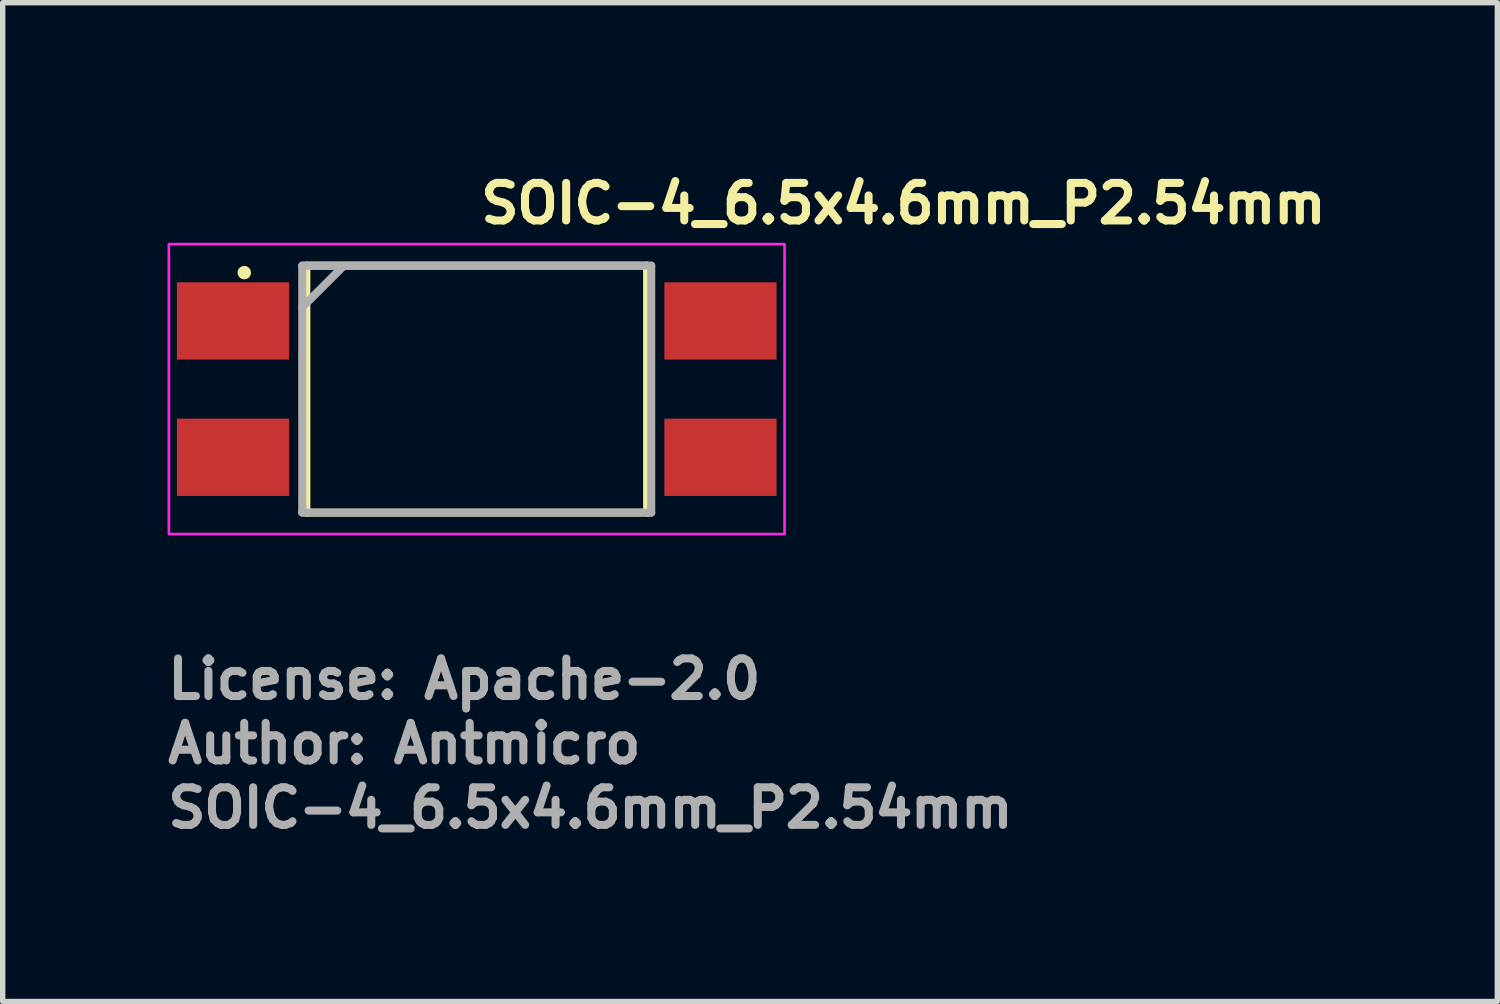
<source format=kicad_pcb>
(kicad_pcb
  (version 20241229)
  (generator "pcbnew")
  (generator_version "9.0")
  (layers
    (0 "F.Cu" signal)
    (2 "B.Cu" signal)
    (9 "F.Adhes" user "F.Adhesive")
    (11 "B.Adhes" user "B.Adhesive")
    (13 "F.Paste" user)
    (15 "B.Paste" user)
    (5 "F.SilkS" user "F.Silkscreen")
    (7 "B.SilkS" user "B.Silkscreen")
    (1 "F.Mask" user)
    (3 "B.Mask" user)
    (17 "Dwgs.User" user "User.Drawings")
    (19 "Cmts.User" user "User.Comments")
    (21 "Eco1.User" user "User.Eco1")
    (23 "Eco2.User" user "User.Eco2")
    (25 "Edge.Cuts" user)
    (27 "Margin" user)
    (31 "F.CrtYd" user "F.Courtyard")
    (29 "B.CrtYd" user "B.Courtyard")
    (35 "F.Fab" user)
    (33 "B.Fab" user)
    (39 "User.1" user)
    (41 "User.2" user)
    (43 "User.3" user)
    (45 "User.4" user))
  (footprint "SOIC-4_6.5x4.6mm_P2.54mm"
    (layer "F.Cu")
    (at 5.83 4.198)
    (property "Reference" "SOIC-4_6.5x4.6mm_P2.54mm" (at 0 -3.048 0) (unlocked yes) (layer "F.SilkS") (effects (font (size 0.7 0.7) (thickness 0.15)) (justify left bottom)))
    (attr smd)
    (fp_line (start -3.174 2.3) (end -3.174 -2.3) (stroke (width 0.15) (type solid)) (layer "F.SilkS"))
    (fp_line (start 3.173 -2.3) (end -3.171 -2.3) (stroke (width 0.15) (type solid)) (layer "F.SilkS"))
    (fp_line (start 3.173 2.3) (end -3.172 2.3) (stroke (width 0.15) (type solid)) (layer "F.SilkS"))
    (fp_line (start 3.174 2.3) (end 3.174 -2.3) (stroke (width 0.15) (type solid)) (layer "F.SilkS"))
    (fp_circle (center -4.33 -2.17) (end -4.28 -2.17) (stroke (width 0.15) (type solid)) (fill yes) (layer "F.SilkS"))
    (fp_rect (start -5.734 -2.7) (end 5.734 2.7) (stroke (width 0.05) (type solid)) (fill no) (layer "F.CrtYd"))
    (fp_line (start -3.25 2.3) (end -3.25 -2.3) (stroke (width 0.15) (type solid)) (layer "F.Fab"))
    (fp_line (start -2.489 -2.286) (end -3.251 -1.524) (stroke (width 0.15) (type solid)) (layer "F.Fab"))
    (fp_line (start 3.25 -2.3) (end -3.25 -2.3) (stroke (width 0.15) (type solid)) (layer "F.Fab"))
    (fp_line (start 3.25 2.3) (end -3.25 2.3) (stroke (width 0.15) (type solid)) (layer "F.Fab"))
    (fp_line (start 3.25 2.3) (end 3.25 -2.3) (stroke (width 0.15) (type solid)) (layer "F.Fab"))
    (fp_rect (start -5.08 -2.3) (end 5.08 2.3) (stroke (width 0.1) (type solid)) (fill no) (layer "User.5"))
    (fp_line (start -5.08 -1.02) (end -5.08 -1.52) (stroke (width 0.02) (type solid)) (layer "User.9"))
    (fp_line (start -5.08 -1.02) (end -4.765 -0.645) (stroke (width 0.02) (type solid)) (layer "User.9"))
    (fp_line (start -5.08 1.02) (end -5.08 1.52) (stroke (width 0.02) (type solid)) (layer "User.9"))
    (fp_line (start -5.08 1.02) (end -4.765 0.645) (stroke (width 0.02) (type solid)) (layer "User.9"))
    (fp_line (start -4.765 -1.895) (end -5.08 -1.52) (stroke (width 0.02) (type solid)) (layer "User.9"))
    (fp_line (start -4.765 1.895) (end -5.08 1.52) (stroke (width 0.02) (type solid)) (layer "User.9"))
    (fp_line (start -4.419 -1.895) (end -4.765 -1.895) (stroke (width 0.02) (type solid)) (layer "User.9"))
    (fp_line (start -4.419 -0.645) (end -4.765 -0.645) (stroke (width 0.02) (type solid)) (layer "User.9"))
    (fp_line (start -4.419 0.645) (end -4.765 0.645) (stroke (width 0.02) (type solid)) (layer "User.9"))
    (fp_line (start -4.419 1.895) (end -4.765 1.895) (stroke (width 0.02) (type solid)) (layer "User.9"))
    (fp_line (start -4.18 -1.895) (end -4.419 -1.895) (stroke (width 0.02) (type solid)) (layer "User.9"))
    (fp_line (start -4.18 -0.645) (end -4.419 -0.645) (stroke (width 0.02) (type solid)) (layer "User.9"))
    (fp_line (start -4.18 0.645) (end -4.419 0.645) (stroke (width 0.02) (type solid)) (layer "User.9"))
    (fp_line (start -4.18 1.895) (end -4.419 1.895) (stroke (width 0.02) (type solid)) (layer "User.9"))
    (fp_line (start -4.159 -1.895) (end -4.18 -1.895) (stroke (width 0.02) (type solid)) (layer "User.9"))
    (fp_line (start -4.159 -1.895) (end -4.159 -1.52) (stroke (width 0.02) (type solid)) (layer "User.9"))
    (fp_line (start -4.159 -1.895) (end -3.899 -1.895) (stroke (width 0.02) (type solid)) (layer "User.9"))
    (fp_line (start -4.159 -1.52) (end -4.139 -1.52) (stroke (width 0.02) (type solid)) (layer "User.9"))
    (fp_line (start -4.159 1.52) (end -4.139 1.52) (stroke (width 0.02) (type solid)) (layer "User.9"))
    (fp_line (start -4.159 1.895) (end -4.18 1.895) (stroke (width 0.02) (type solid)) (layer "User.9"))
    (fp_line (start -4.159 1.895) (end -4.159 1.52) (stroke (width 0.02) (type solid)) (layer "User.9"))
    (fp_line (start -4.159 1.895) (end -3.899 1.895) (stroke (width 0.02) (type solid)) (layer "User.9"))
    (fp_line (start -4.139 -0.645) (end -4.18 -0.645) (stroke (width 0.02) (type solid)) (layer "User.9"))
    (fp_line (start -4.139 0.645) (end -4.18 0.645) (stroke (width 0.02) (type solid)) (layer "User.9"))
    (fp_line (start -3.984 -1.52) (end -4.139 -1.52) (stroke (width 0.02) (type solid)) (layer "User.9"))
    (fp_line (start -3.984 -1.52) (end -3.984 -1.52) (stroke (width 0.02) (type solid)) (layer "User.9"))
    (fp_line (start -3.984 -0.645) (end -4.139 -0.645) (stroke (width 0.02) (type solid)) (layer "User.9"))
    (fp_line (start -3.984 -0.645) (end -3.984 -0.645) (stroke (width 0.02) (type solid)) (layer "User.9"))
    (fp_line (start -3.984 0.645) (end -4.139 0.645) (stroke (width 0.02) (type solid)) (layer "User.9"))
    (fp_line (start -3.984 0.645) (end -3.984 0.645) (stroke (width 0.02) (type solid)) (layer "User.9"))
    (fp_line (start -3.984 1.52) (end -4.139 1.52) (stroke (width 0.02) (type solid)) (layer "User.9"))
    (fp_line (start -3.984 1.52) (end -3.984 1.52) (stroke (width 0.02) (type solid)) (layer "User.9"))
    (fp_line (start -3.899 -1.895) (end -3.899 -1.52) (stroke (width 0.02) (type solid)) (layer "User.9"))
    (fp_line (start -3.899 1.895) (end -3.899 1.52) (stroke (width 0.02) (type solid)) (layer "User.9"))
    (fp_line (start -3.64 -1.52) (end -3.984 -1.52) (stroke (width 0.02) (type solid)) (layer "User.9"))
    (fp_line (start -3.64 -0.645) (end -3.984 -0.645) (stroke (width 0.02) (type solid)) (layer "User.9"))
    (fp_line (start -3.64 0.645) (end -3.984 0.645) (stroke (width 0.02) (type solid)) (layer "User.9"))
    (fp_line (start -3.64 1.52) (end -3.984 1.52) (stroke (width 0.02) (type solid)) (layer "User.9"))
    (fp_line (start -3.25 -2.3) (end -3.25 -1.52) (stroke (width 0.02) (type solid)) (layer "User.9"))
    (fp_line (start -3.25 -0.645) (end -3.25 0.645) (stroke (width 0.02) (type solid)) (layer "User.9"))
    (fp_line (start -3.25 1.52) (end -3.25 2.3) (stroke (width 0.02) (type solid)) (layer "User.9"))
    (fp_line (start -3.25 2.3) (end 3.25 2.3) (stroke (width 0.02) (type solid)) (layer "User.9"))
    (fp_line (start -3.239 -1.52) (end -3.64 -1.52) (stroke (width 0.02) (type solid)) (layer "User.9"))
    (fp_line (start -3.239 -0.645) (end -3.64 -0.645) (stroke (width 0.02) (type solid)) (layer "User.9"))
    (fp_line (start -3.239 -0.645) (end -3.239 -1.52) (stroke (width 0.02) (type solid)) (layer "User.9"))
    (fp_line (start -3.239 0.645) (end -3.64 0.645) (stroke (width 0.02) (type solid)) (layer "User.9"))
    (fp_line (start -3.239 0.645) (end -3.239 1.52) (stroke (width 0.02) (type solid)) (layer "User.9"))
    (fp_line (start -3.239 1.52) (end -3.64 1.52) (stroke (width 0.02) (type solid)) (layer "User.9"))
    (fp_line (start -3.053 -2.103) (end -3.25 -2.3) (stroke (width 0.02) (type solid)) (layer "User.9"))
    (fp_line (start -3.053 -2.103) (end -3.053 2.103) (stroke (width 0.02) (type solid)) (layer "User.9"))
    (fp_line (start -3.053 2.103) (end -3.25 2.3) (stroke (width 0.02) (type solid)) (layer "User.9"))
    (fp_line (start -3.053 2.103) (end 3.053 2.103) (stroke (width 0.02) (type solid)) (layer "User.9"))
    (fp_line (start -2.65 -1.4) (end -2.65 -1.4) (stroke (width 0.02) (type solid)) (layer "User.9"))
    (fp_line (start -2.65 -1.4) (end -2.65 -1.4) (stroke (width 0.02) (type solid)) (layer "User.9"))
    (fp_line (start -2.65 -1.4) (end -2.649 -1.379) (stroke (width 0.02) (type solid)) (layer "User.9"))
    (fp_line (start -2.65 -1.4) (end -2.649 -1.379) (stroke (width 0.02) (type solid)) (layer "User.9"))
    (fp_line (start -2.649 -1.421) (end -2.65 -1.4) (stroke (width 0.02) (type solid)) (layer "User.9"))
    (fp_line (start -2.649 -1.421) (end -2.65 -1.4) (stroke (width 0.02) (type solid)) (layer "User.9"))
    (fp_line (start -2.649 -1.379) (end -2.648 -1.359) (stroke (width 0.02) (type solid)) (layer "User.9"))
    (fp_line (start -2.649 -1.379) (end -2.648 -1.359) (stroke (width 0.02) (type solid)) (layer "User.9"))
    (fp_line (start -2.648 -1.441) (end -2.649 -1.421) (stroke (width 0.02) (type solid)) (layer "User.9"))
    (fp_line (start -2.648 -1.441) (end -2.649 -1.421) (stroke (width 0.02) (type solid)) (layer "User.9"))
    (fp_line (start -2.648 -1.359) (end -2.645 -1.339) (stroke (width 0.02) (type solid)) (layer "User.9"))
    (fp_line (start -2.648 -1.359) (end -2.645 -1.339) (stroke (width 0.02) (type solid)) (layer "User.9"))
    (fp_line (start -2.645 -1.461) (end -2.648 -1.441) (stroke (width 0.02) (type solid)) (layer "User.9"))
    (fp_line (start -2.645 -1.461) (end -2.648 -1.441) (stroke (width 0.02) (type solid)) (layer "User.9"))
    (fp_line (start -2.645 -1.339) (end -2.642 -1.319) (stroke (width 0.02) (type solid)) (layer "User.9"))
    (fp_line (start -2.645 -1.339) (end -2.642 -1.319) (stroke (width 0.02) (type solid)) (layer "User.9"))
    (fp_line (start -2.642 -1.481) (end -2.645 -1.461) (stroke (width 0.02) (type solid)) (layer "User.9"))
    (fp_line (start -2.642 -1.481) (end -2.645 -1.461) (stroke (width 0.02) (type solid)) (layer "User.9"))
    (fp_line (start -2.642 -1.319) (end -2.637 -1.3) (stroke (width 0.02) (type solid)) (layer "User.9"))
    (fp_line (start -2.642 -1.319) (end -2.637 -1.3) (stroke (width 0.02) (type solid)) (layer "User.9"))
    (fp_line (start -2.637 -1.5) (end -2.642 -1.481) (stroke (width 0.02) (type solid)) (layer "User.9"))
    (fp_line (start -2.637 -1.5) (end -2.642 -1.481) (stroke (width 0.02) (type solid)) (layer "User.9"))
    (fp_line (start -2.637 -1.3) (end -2.632 -1.281) (stroke (width 0.02) (type solid)) (layer "User.9"))
    (fp_line (start -2.637 -1.3) (end -2.632 -1.281) (stroke (width 0.02) (type solid)) (layer "User.9"))
    (fp_line (start -2.632 -1.519) (end -2.637 -1.5) (stroke (width 0.02) (type solid)) (layer "User.9"))
    (fp_line (start -2.632 -1.519) (end -2.637 -1.5) (stroke (width 0.02) (type solid)) (layer "User.9"))
    (fp_line (start -2.632 -1.281) (end -2.626 -1.262) (stroke (width 0.02) (type solid)) (layer "User.9"))
    (fp_line (start -2.632 -1.281) (end -2.626 -1.262) (stroke (width 0.02) (type solid)) (layer "User.9"))
    (fp_line (start -2.626 -1.537) (end -2.632 -1.519) (stroke (width 0.02) (type solid)) (layer "User.9"))
    (fp_line (start -2.626 -1.537) (end -2.632 -1.519) (stroke (width 0.02) (type solid)) (layer "User.9"))
    (fp_line (start -2.626 -1.262) (end -2.618 -1.244) (stroke (width 0.02) (type solid)) (layer "User.9"))
    (fp_line (start -2.626 -1.262) (end -2.618 -1.244) (stroke (width 0.02) (type solid)) (layer "User.9"))
    (fp_line (start -2.618 -1.556) (end -2.626 -1.537) (stroke (width 0.02) (type solid)) (layer "User.9"))
    (fp_line (start -2.618 -1.556) (end -2.626 -1.537) (stroke (width 0.02) (type solid)) (layer "User.9"))
    (fp_line (start -2.618 -1.244) (end -2.61 -1.227) (stroke (width 0.02) (type solid)) (layer "User.9"))
    (fp_line (start -2.618 -1.244) (end -2.61 -1.227) (stroke (width 0.02) (type solid)) (layer "User.9"))
    (fp_line (start -2.61 -1.573) (end -2.618 -1.556) (stroke (width 0.02) (type solid)) (layer "User.9"))
    (fp_line (start -2.61 -1.573) (end -2.618 -1.556) (stroke (width 0.02) (type solid)) (layer "User.9"))
    (fp_line (start -2.61 -1.227) (end -2.602 -1.209) (stroke (width 0.02) (type solid)) (layer "User.9"))
    (fp_line (start -2.61 -1.227) (end -2.602 -1.209) (stroke (width 0.02) (type solid)) (layer "User.9"))
    (fp_line (start -2.602 -1.591) (end -2.61 -1.573) (stroke (width 0.02) (type solid)) (layer "User.9"))
    (fp_line (start -2.602 -1.591) (end -2.61 -1.573) (stroke (width 0.02) (type solid)) (layer "User.9"))
    (fp_line (start -2.602 -1.209) (end -2.592 -1.193) (stroke (width 0.02) (type solid)) (layer "User.9"))
    (fp_line (start -2.602 -1.209) (end -2.592 -1.193) (stroke (width 0.02) (type solid)) (layer "User.9"))
    (fp_line (start -2.592 -1.607) (end -2.602 -1.591) (stroke (width 0.02) (type solid)) (layer "User.9"))
    (fp_line (start -2.592 -1.607) (end -2.602 -1.591) (stroke (width 0.02) (type solid)) (layer "User.9"))
    (fp_line (start -2.592 -1.193) (end -2.582 -1.176) (stroke (width 0.02) (type solid)) (layer "User.9"))
    (fp_line (start -2.592 -1.193) (end -2.582 -1.176) (stroke (width 0.02) (type solid)) (layer "User.9"))
    (fp_line (start -2.582 -1.624) (end -2.592 -1.607) (stroke (width 0.02) (type solid)) (layer "User.9"))
    (fp_line (start -2.582 -1.624) (end -2.592 -1.607) (stroke (width 0.02) (type solid)) (layer "User.9"))
    (fp_line (start -2.582 -1.176) (end -2.57 -1.161) (stroke (width 0.02) (type solid)) (layer "User.9"))
    (fp_line (start -2.582 -1.176) (end -2.57 -1.161) (stroke (width 0.02) (type solid)) (layer "User.9"))
    (fp_line (start -2.57 -1.639) (end -2.582 -1.624) (stroke (width 0.02) (type solid)) (layer "User.9"))
    (fp_line (start -2.57 -1.639) (end -2.582 -1.624) (stroke (width 0.02) (type solid)) (layer "User.9"))
    (fp_line (start -2.57 -1.161) (end -2.559 -1.146) (stroke (width 0.02) (type solid)) (layer "User.9"))
    (fp_line (start -2.57 -1.161) (end -2.559 -1.146) (stroke (width 0.02) (type solid)) (layer "User.9"))
    (fp_line (start -2.559 -1.654) (end -2.57 -1.639) (stroke (width 0.02) (type solid)) (layer "User.9"))
    (fp_line (start -2.559 -1.654) (end -2.57 -1.639) (stroke (width 0.02) (type solid)) (layer "User.9"))
    (fp_line (start -2.559 -1.146) (end -2.546 -1.131) (stroke (width 0.02) (type solid)) (layer "User.9"))
    (fp_line (start -2.559 -1.146) (end -2.546 -1.131) (stroke (width 0.02) (type solid)) (layer "User.9"))
    (fp_line (start -2.546 -1.669) (end -2.559 -1.654) (stroke (width 0.02) (type solid)) (layer "User.9"))
    (fp_line (start -2.546 -1.669) (end -2.559 -1.654) (stroke (width 0.02) (type solid)) (layer "User.9"))
    (fp_line (start -2.546 -1.131) (end -2.533 -1.117) (stroke (width 0.02) (type solid)) (layer "User.9"))
    (fp_line (start -2.546 -1.131) (end -2.533 -1.117) (stroke (width 0.02) (type solid)) (layer "User.9"))
    (fp_line (start -2.533 -1.683) (end -2.546 -1.669) (stroke (width 0.02) (type solid)) (layer "User.9"))
    (fp_line (start -2.533 -1.683) (end -2.546 -1.669) (stroke (width 0.02) (type solid)) (layer "User.9"))
    (fp_line (start -2.533 -1.117) (end -2.519 -1.104) (stroke (width 0.02) (type solid)) (layer "User.9"))
    (fp_line (start -2.533 -1.117) (end -2.519 -1.104) (stroke (width 0.02) (type solid)) (layer "User.9"))
    (fp_line (start -2.519 -1.696) (end -2.533 -1.683) (stroke (width 0.02) (type solid)) (layer "User.9"))
    (fp_line (start -2.519 -1.696) (end -2.533 -1.683) (stroke (width 0.02) (type solid)) (layer "User.9"))
    (fp_line (start -2.519 -1.104) (end -2.504 -1.091) (stroke (width 0.02) (type solid)) (layer "User.9"))
    (fp_line (start -2.519 -1.104) (end -2.504 -1.091) (stroke (width 0.02) (type solid)) (layer "User.9"))
    (fp_line (start -2.504 -1.709) (end -2.519 -1.696) (stroke (width 0.02) (type solid)) (layer "User.9"))
    (fp_line (start -2.504 -1.709) (end -2.519 -1.696) (stroke (width 0.02) (type solid)) (layer "User.9"))
    (fp_line (start -2.504 -1.091) (end -2.489 -1.08) (stroke (width 0.02) (type solid)) (layer "User.9"))
    (fp_line (start -2.504 -1.091) (end -2.489 -1.08) (stroke (width 0.02) (type solid)) (layer "User.9"))
    (fp_line (start -2.489 -1.72) (end -2.504 -1.709) (stroke (width 0.02) (type solid)) (layer "User.9"))
    (fp_line (start -2.489 -1.72) (end -2.504 -1.709) (stroke (width 0.02) (type solid)) (layer "User.9"))
    (fp_line (start -2.489 -1.08) (end -2.474 -1.068) (stroke (width 0.02) (type solid)) (layer "User.9"))
    (fp_line (start -2.489 -1.08) (end -2.474 -1.068) (stroke (width 0.02) (type solid)) (layer "User.9"))
    (fp_line (start -2.474 -1.732) (end -2.489 -1.72) (stroke (width 0.02) (type solid)) (layer "User.9"))
    (fp_line (start -2.474 -1.732) (end -2.489 -1.72) (stroke (width 0.02) (type solid)) (layer "User.9"))
    (fp_line (start -2.474 -1.068) (end -2.457 -1.058) (stroke (width 0.02) (type solid)) (layer "User.9"))
    (fp_line (start -2.474 -1.068) (end -2.457 -1.058) (stroke (width 0.02) (type solid)) (layer "User.9"))
    (fp_line (start -2.457 -1.742) (end -2.474 -1.732) (stroke (width 0.02) (type solid)) (layer "User.9"))
    (fp_line (start -2.457 -1.742) (end -2.474 -1.732) (stroke (width 0.02) (type solid)) (layer "User.9"))
    (fp_line (start -2.457 -1.058) (end -2.441 -1.048) (stroke (width 0.02) (type solid)) (layer "User.9"))
    (fp_line (start -2.457 -1.058) (end -2.441 -1.048) (stroke (width 0.02) (type solid)) (layer "User.9"))
    (fp_line (start -2.441 -1.752) (end -2.457 -1.742) (stroke (width 0.02) (type solid)) (layer "User.9"))
    (fp_line (start -2.441 -1.752) (end -2.457 -1.742) (stroke (width 0.02) (type solid)) (layer "User.9"))
    (fp_line (start -2.441 -1.048) (end -2.423 -1.039) (stroke (width 0.02) (type solid)) (layer "User.9"))
    (fp_line (start -2.441 -1.048) (end -2.423 -1.039) (stroke (width 0.02) (type solid)) (layer "User.9"))
    (fp_line (start -2.423 -1.761) (end -2.441 -1.752) (stroke (width 0.02) (type solid)) (layer "User.9"))
    (fp_line (start -2.423 -1.761) (end -2.441 -1.752) (stroke (width 0.02) (type solid)) (layer "User.9"))
    (fp_line (start -2.423 -1.039) (end -2.406 -1.031) (stroke (width 0.02) (type solid)) (layer "User.9"))
    (fp_line (start -2.423 -1.039) (end -2.406 -1.031) (stroke (width 0.02) (type solid)) (layer "User.9"))
    (fp_line (start -2.406 -1.769) (end -2.423 -1.761) (stroke (width 0.02) (type solid)) (layer "User.9"))
    (fp_line (start -2.406 -1.769) (end -2.423 -1.761) (stroke (width 0.02) (type solid)) (layer "User.9"))
    (fp_line (start -2.406 -1.031) (end -2.387 -1.024) (stroke (width 0.02) (type solid)) (layer "User.9"))
    (fp_line (start -2.406 -1.031) (end -2.387 -1.024) (stroke (width 0.02) (type solid)) (layer "User.9"))
    (fp_line (start -2.387 -1.776) (end -2.406 -1.769) (stroke (width 0.02) (type solid)) (layer "User.9"))
    (fp_line (start -2.387 -1.776) (end -2.406 -1.769) (stroke (width 0.02) (type solid)) (layer "User.9"))
    (fp_line (start -2.387 -1.024) (end -2.369 -1.018) (stroke (width 0.02) (type solid)) (layer "User.9"))
    (fp_line (start -2.387 -1.024) (end -2.369 -1.018) (stroke (width 0.02) (type solid)) (layer "User.9"))
    (fp_line (start -2.369 -1.782) (end -2.387 -1.776) (stroke (width 0.02) (type solid)) (layer "User.9"))
    (fp_line (start -2.369 -1.782) (end -2.387 -1.776) (stroke (width 0.02) (type solid)) (layer "User.9"))
    (fp_line (start -2.369 -1.018) (end -2.35 -1.013) (stroke (width 0.02) (type solid)) (layer "User.9"))
    (fp_line (start -2.369 -1.018) (end -2.35 -1.013) (stroke (width 0.02) (type solid)) (layer "User.9"))
    (fp_line (start -2.35 -1.787) (end -2.369 -1.782) (stroke (width 0.02) (type solid)) (layer "User.9"))
    (fp_line (start -2.35 -1.787) (end -2.369 -1.782) (stroke (width 0.02) (type solid)) (layer "User.9"))
    (fp_line (start -2.35 -1.013) (end -2.331 -1.008) (stroke (width 0.02) (type solid)) (layer "User.9"))
    (fp_line (start -2.35 -1.013) (end -2.331 -1.008) (stroke (width 0.02) (type solid)) (layer "User.9"))
    (fp_line (start -2.331 -1.792) (end -2.35 -1.787) (stroke (width 0.02) (type solid)) (layer "User.9"))
    (fp_line (start -2.331 -1.792) (end -2.35 -1.787) (stroke (width 0.02) (type solid)) (layer "User.9"))
    (fp_line (start -2.331 -1.008) (end -2.311 -1.005) (stroke (width 0.02) (type solid)) (layer "User.9"))
    (fp_line (start -2.331 -1.008) (end -2.311 -1.005) (stroke (width 0.02) (type solid)) (layer "User.9"))
    (fp_line (start -2.311 -1.795) (end -2.331 -1.792) (stroke (width 0.02) (type solid)) (layer "User.9"))
    (fp_line (start -2.311 -1.795) (end -2.331 -1.792) (stroke (width 0.02) (type solid)) (layer "User.9"))
    (fp_line (start -2.311 -1.005) (end -2.291 -1.002) (stroke (width 0.02) (type solid)) (layer "User.9"))
    (fp_line (start -2.311 -1.005) (end -2.291 -1.002) (stroke (width 0.02) (type solid)) (layer "User.9"))
    (fp_line (start -2.291 -1.798) (end -2.311 -1.795) (stroke (width 0.02) (type solid)) (layer "User.9"))
    (fp_line (start -2.291 -1.798) (end -2.311 -1.795) (stroke (width 0.02) (type solid)) (layer "User.9"))
    (fp_line (start -2.291 -1.002) (end -2.271 -1.001) (stroke (width 0.02) (type solid)) (layer "User.9"))
    (fp_line (start -2.291 -1.002) (end -2.271 -1.001) (stroke (width 0.02) (type solid)) (layer "User.9"))
    (fp_line (start -2.271 -1.799) (end -2.291 -1.798) (stroke (width 0.02) (type solid)) (layer "User.9"))
    (fp_line (start -2.271 -1.799) (end -2.291 -1.798) (stroke (width 0.02) (type solid)) (layer "User.9"))
    (fp_line (start -2.271 -1.001) (end -2.25 -1) (stroke (width 0.02) (type solid)) (layer "User.9"))
    (fp_line (start -2.271 -1.001) (end -2.25 -1) (stroke (width 0.02) (type solid)) (layer "User.9"))
    (fp_line (start -2.25 -1.8) (end -2.271 -1.799) (stroke (width 0.02) (type solid)) (layer "User.9"))
    (fp_line (start -2.25 -1.8) (end -2.271 -1.799) (stroke (width 0.02) (type solid)) (layer "User.9"))
    (fp_line (start -2.25 -1) (end -2.229 -1.001) (stroke (width 0.02) (type solid)) (layer "User.9"))
    (fp_line (start -2.25 -1) (end -2.229 -1.001) (stroke (width 0.02) (type solid)) (layer "User.9"))
    (fp_line (start -2.229 -1.799) (end -2.25 -1.8) (stroke (width 0.02) (type solid)) (layer "User.9"))
    (fp_line (start -2.229 -1.799) (end -2.25 -1.8) (stroke (width 0.02) (type solid)) (layer "User.9"))
    (fp_line (start -2.229 -1.001) (end -2.209 -1.002) (stroke (width 0.02) (type solid)) (layer "User.9"))
    (fp_line (start -2.229 -1.001) (end -2.209 -1.002) (stroke (width 0.02) (type solid)) (layer "User.9"))
    (fp_line (start -2.209 -1.798) (end -2.229 -1.799) (stroke (width 0.02) (type solid)) (layer "User.9"))
    (fp_line (start -2.209 -1.798) (end -2.229 -1.799) (stroke (width 0.02) (type solid)) (layer "User.9"))
    (fp_line (start -2.209 -1.002) (end -2.189 -1.005) (stroke (width 0.02) (type solid)) (layer "User.9"))
    (fp_line (start -2.209 -1.002) (end -2.189 -1.005) (stroke (width 0.02) (type solid)) (layer "User.9"))
    (fp_line (start -2.189 -1.795) (end -2.209 -1.798) (stroke (width 0.02) (type solid)) (layer "User.9"))
    (fp_line (start -2.189 -1.795) (end -2.209 -1.798) (stroke (width 0.02) (type solid)) (layer "User.9"))
    (fp_line (start -2.189 -1.005) (end -2.169 -1.008) (stroke (width 0.02) (type solid)) (layer "User.9"))
    (fp_line (start -2.189 -1.005) (end -2.169 -1.008) (stroke (width 0.02) (type solid)) (layer "User.9"))
    (fp_line (start -2.169 -1.792) (end -2.189 -1.795) (stroke (width 0.02) (type solid)) (layer "User.9"))
    (fp_line (start -2.169 -1.792) (end -2.189 -1.795) (stroke (width 0.02) (type solid)) (layer "User.9"))
    (fp_line (start -2.169 -1.008) (end -2.15 -1.013) (stroke (width 0.02) (type solid)) (layer "User.9"))
    (fp_line (start -2.169 -1.008) (end -2.15 -1.013) (stroke (width 0.02) (type solid)) (layer "User.9"))
    (fp_line (start -2.15 -1.787) (end -2.169 -1.792) (stroke (width 0.02) (type solid)) (layer "User.9"))
    (fp_line (start -2.15 -1.787) (end -2.169 -1.792) (stroke (width 0.02) (type solid)) (layer "User.9"))
    (fp_line (start -2.15 -1.013) (end -2.131 -1.018) (stroke (width 0.02) (type solid)) (layer "User.9"))
    (fp_line (start -2.15 -1.013) (end -2.131 -1.018) (stroke (width 0.02) (type solid)) (layer "User.9"))
    (fp_line (start -2.131 -1.782) (end -2.15 -1.787) (stroke (width 0.02) (type solid)) (layer "User.9"))
    (fp_line (start -2.131 -1.782) (end -2.15 -1.787) (stroke (width 0.02) (type solid)) (layer "User.9"))
    (fp_line (start -2.131 -1.018) (end -2.113 -1.024) (stroke (width 0.02) (type solid)) (layer "User.9"))
    (fp_line (start -2.131 -1.018) (end -2.113 -1.024) (stroke (width 0.02) (type solid)) (layer "User.9"))
    (fp_line (start -2.113 -1.776) (end -2.131 -1.782) (stroke (width 0.02) (type solid)) (layer "User.9"))
    (fp_line (start -2.113 -1.776) (end -2.131 -1.782) (stroke (width 0.02) (type solid)) (layer "User.9"))
    (fp_line (start -2.113 -1.024) (end -2.094 -1.031) (stroke (width 0.02) (type solid)) (layer "User.9"))
    (fp_line (start -2.113 -1.024) (end -2.094 -1.031) (stroke (width 0.02) (type solid)) (layer "User.9"))
    (fp_line (start -2.094 -1.769) (end -2.113 -1.776) (stroke (width 0.02) (type solid)) (layer "User.9"))
    (fp_line (start -2.094 -1.769) (end -2.113 -1.776) (stroke (width 0.02) (type solid)) (layer "User.9"))
    (fp_line (start -2.094 -1.031) (end -2.077 -1.039) (stroke (width 0.02) (type solid)) (layer "User.9"))
    (fp_line (start -2.094 -1.031) (end -2.077 -1.039) (stroke (width 0.02) (type solid)) (layer "User.9"))
    (fp_line (start -2.077 -1.761) (end -2.094 -1.769) (stroke (width 0.02) (type solid)) (layer "User.9"))
    (fp_line (start -2.077 -1.761) (end -2.094 -1.769) (stroke (width 0.02) (type solid)) (layer "User.9"))
    (fp_line (start -2.077 -1.039) (end -2.059 -1.048) (stroke (width 0.02) (type solid)) (layer "User.9"))
    (fp_line (start -2.077 -1.039) (end -2.059 -1.048) (stroke (width 0.02) (type solid)) (layer "User.9"))
    (fp_line (start -2.059 -1.752) (end -2.077 -1.761) (stroke (width 0.02) (type solid)) (layer "User.9"))
    (fp_line (start -2.059 -1.752) (end -2.077 -1.761) (stroke (width 0.02) (type solid)) (layer "User.9"))
    (fp_line (start -2.059 -1.048) (end -2.043 -1.058) (stroke (width 0.02) (type solid)) (layer "User.9"))
    (fp_line (start -2.059 -1.048) (end -2.043 -1.058) (stroke (width 0.02) (type solid)) (layer "User.9"))
    (fp_line (start -2.043 -1.742) (end -2.059 -1.752) (stroke (width 0.02) (type solid)) (layer "User.9"))
    (fp_line (start -2.043 -1.742) (end -2.059 -1.752) (stroke (width 0.02) (type solid)) (layer "User.9"))
    (fp_line (start -2.043 -1.058) (end -2.026 -1.068) (stroke (width 0.02) (type solid)) (layer "User.9"))
    (fp_line (start -2.043 -1.058) (end -2.026 -1.068) (stroke (width 0.02) (type solid)) (layer "User.9"))
    (fp_line (start -2.026 -1.732) (end -2.043 -1.742) (stroke (width 0.02) (type solid)) (layer "User.9"))
    (fp_line (start -2.026 -1.732) (end -2.043 -1.742) (stroke (width 0.02) (type solid)) (layer "User.9"))
    (fp_line (start -2.026 -1.068) (end -2.011 -1.08) (stroke (width 0.02) (type solid)) (layer "User.9"))
    (fp_line (start -2.026 -1.068) (end -2.011 -1.08) (stroke (width 0.02) (type solid)) (layer "User.9"))
    (fp_line (start -2.011 -1.72) (end -2.026 -1.732) (stroke (width 0.02) (type solid)) (layer "User.9"))
    (fp_line (start -2.011 -1.72) (end -2.026 -1.732) (stroke (width 0.02) (type solid)) (layer "User.9"))
    (fp_line (start -2.011 -1.08) (end -1.996 -1.091) (stroke (width 0.02) (type solid)) (layer "User.9"))
    (fp_line (start -2.011 -1.08) (end -1.996 -1.091) (stroke (width 0.02) (type solid)) (layer "User.9"))
    (fp_line (start -1.996 -1.709) (end -2.011 -1.72) (stroke (width 0.02) (type solid)) (layer "User.9"))
    (fp_line (start -1.996 -1.709) (end -2.011 -1.72) (stroke (width 0.02) (type solid)) (layer "User.9"))
    (fp_line (start -1.996 -1.091) (end -1.981 -1.104) (stroke (width 0.02) (type solid)) (layer "User.9"))
    (fp_line (start -1.996 -1.091) (end -1.981 -1.104) (stroke (width 0.02) (type solid)) (layer "User.9"))
    (fp_line (start -1.981 -1.696) (end -1.996 -1.709) (stroke (width 0.02) (type solid)) (layer "User.9"))
    (fp_line (start -1.981 -1.696) (end -1.996 -1.709) (stroke (width 0.02) (type solid)) (layer "User.9"))
    (fp_line (start -1.981 -1.104) (end -1.967 -1.117) (stroke (width 0.02) (type solid)) (layer "User.9"))
    (fp_line (start -1.981 -1.104) (end -1.967 -1.117) (stroke (width 0.02) (type solid)) (layer "User.9"))
    (fp_line (start -1.967 -1.683) (end -1.981 -1.696) (stroke (width 0.02) (type solid)) (layer "User.9"))
    (fp_line (start -1.967 -1.683) (end -1.981 -1.696) (stroke (width 0.02) (type solid)) (layer "User.9"))
    (fp_line (start -1.967 -1.117) (end -1.954 -1.131) (stroke (width 0.02) (type solid)) (layer "User.9"))
    (fp_line (start -1.967 -1.117) (end -1.954 -1.131) (stroke (width 0.02) (type solid)) (layer "User.9"))
    (fp_line (start -1.954 -1.669) (end -1.967 -1.683) (stroke (width 0.02) (type solid)) (layer "User.9"))
    (fp_line (start -1.954 -1.669) (end -1.967 -1.683) (stroke (width 0.02) (type solid)) (layer "User.9"))
    (fp_line (start -1.954 -1.131) (end -1.941 -1.146) (stroke (width 0.02) (type solid)) (layer "User.9"))
    (fp_line (start -1.954 -1.131) (end -1.941 -1.146) (stroke (width 0.02) (type solid)) (layer "User.9"))
    (fp_line (start -1.941 -1.654) (end -1.954 -1.669) (stroke (width 0.02) (type solid)) (layer "User.9"))
    (fp_line (start -1.941 -1.654) (end -1.954 -1.669) (stroke (width 0.02) (type solid)) (layer "User.9"))
    (fp_line (start -1.941 -1.146) (end -1.93 -1.161) (stroke (width 0.02) (type solid)) (layer "User.9"))
    (fp_line (start -1.941 -1.146) (end -1.93 -1.161) (stroke (width 0.02) (type solid)) (layer "User.9"))
    (fp_line (start -1.93 -1.639) (end -1.941 -1.654) (stroke (width 0.02) (type solid)) (layer "User.9"))
    (fp_line (start -1.93 -1.639) (end -1.941 -1.654) (stroke (width 0.02) (type solid)) (layer "User.9"))
    (fp_line (start -1.93 -1.161) (end -1.918 -1.176) (stroke (width 0.02) (type solid)) (layer "User.9"))
    (fp_line (start -1.93 -1.161) (end -1.918 -1.176) (stroke (width 0.02) (type solid)) (layer "User.9"))
    (fp_line (start -1.918 -1.624) (end -1.93 -1.639) (stroke (width 0.02) (type solid)) (layer "User.9"))
    (fp_line (start -1.918 -1.624) (end -1.93 -1.639) (stroke (width 0.02) (type solid)) (layer "User.9"))
    (fp_line (start -1.918 -1.176) (end -1.908 -1.193) (stroke (width 0.02) (type solid)) (layer "User.9"))
    (fp_line (start -1.918 -1.176) (end -1.908 -1.193) (stroke (width 0.02) (type solid)) (layer "User.9"))
    (fp_line (start -1.908 -1.607) (end -1.918 -1.624) (stroke (width 0.02) (type solid)) (layer "User.9"))
    (fp_line (start -1.908 -1.607) (end -1.918 -1.624) (stroke (width 0.02) (type solid)) (layer "User.9"))
    (fp_line (start -1.908 -1.193) (end -1.898 -1.209) (stroke (width 0.02) (type solid)) (layer "User.9"))
    (fp_line (start -1.908 -1.193) (end -1.898 -1.209) (stroke (width 0.02) (type solid)) (layer "User.9"))
    (fp_line (start -1.898 -1.591) (end -1.908 -1.607) (stroke (width 0.02) (type solid)) (layer "User.9"))
    (fp_line (start -1.898 -1.591) (end -1.908 -1.607) (stroke (width 0.02) (type solid)) (layer "User.9"))
    (fp_line (start -1.898 -1.209) (end -1.89 -1.227) (stroke (width 0.02) (type solid)) (layer "User.9"))
    (fp_line (start -1.898 -1.209) (end -1.89 -1.227) (stroke (width 0.02) (type solid)) (layer "User.9"))
    (fp_line (start -1.89 -1.573) (end -1.898 -1.591) (stroke (width 0.02) (type solid)) (layer "User.9"))
    (fp_line (start -1.89 -1.573) (end -1.898 -1.591) (stroke (width 0.02) (type solid)) (layer "User.9"))
    (fp_line (start -1.89 -1.227) (end -1.882 -1.244) (stroke (width 0.02) (type solid)) (layer "User.9"))
    (fp_line (start -1.89 -1.227) (end -1.882 -1.244) (stroke (width 0.02) (type solid)) (layer "User.9"))
    (fp_line (start -1.882 -1.556) (end -1.89 -1.573) (stroke (width 0.02) (type solid)) (layer "User.9"))
    (fp_line (start -1.882 -1.556) (end -1.89 -1.573) (stroke (width 0.02) (type solid)) (layer "User.9"))
    (fp_line (start -1.882 -1.244) (end -1.874 -1.263) (stroke (width 0.02) (type solid)) (layer "User.9"))
    (fp_line (start -1.882 -1.244) (end -1.874 -1.263) (stroke (width 0.02) (type solid)) (layer "User.9"))
    (fp_line (start -1.874 -1.538) (end -1.882 -1.556) (stroke (width 0.02) (type solid)) (layer "User.9"))
    (fp_line (start -1.874 -1.538) (end -1.882 -1.556) (stroke (width 0.02) (type solid)) (layer "User.9"))
    (fp_line (start -1.874 -1.263) (end -1.868 -1.281) (stroke (width 0.02) (type solid)) (layer "User.9"))
    (fp_line (start -1.874 -1.263) (end -1.868 -1.281) (stroke (width 0.02) (type solid)) (layer "User.9"))
    (fp_line (start -1.868 -1.519) (end -1.874 -1.538) (stroke (width 0.02) (type solid)) (layer "User.9"))
    (fp_line (start -1.868 -1.519) (end -1.874 -1.538) (stroke (width 0.02) (type solid)) (layer "User.9"))
    (fp_line (start -1.868 -1.281) (end -1.863 -1.3) (stroke (width 0.02) (type solid)) (layer "User.9"))
    (fp_line (start -1.868 -1.281) (end -1.863 -1.3) (stroke (width 0.02) (type solid)) (layer "User.9"))
    (fp_line (start -1.863 -1.5) (end -1.868 -1.519) (stroke (width 0.02) (type solid)) (layer "User.9"))
    (fp_line (start -1.863 -1.5) (end -1.868 -1.519) (stroke (width 0.02) (type solid)) (layer "User.9"))
    (fp_line (start -1.863 -1.3) (end -1.858 -1.319) (stroke (width 0.02) (type solid)) (layer "User.9"))
    (fp_line (start -1.863 -1.3) (end -1.858 -1.319) (stroke (width 0.02) (type solid)) (layer "User.9"))
    (fp_line (start -1.858 -1.481) (end -1.863 -1.5) (stroke (width 0.02) (type solid)) (layer "User.9"))
    (fp_line (start -1.858 -1.481) (end -1.863 -1.5) (stroke (width 0.02) (type solid)) (layer "User.9"))
    (fp_line (start -1.858 -1.319) (end -1.855 -1.339) (stroke (width 0.02) (type solid)) (layer "User.9"))
    (fp_line (start -1.858 -1.319) (end -1.855 -1.339) (stroke (width 0.02) (type solid)) (layer "User.9"))
    (fp_line (start -1.855 -1.461) (end -1.858 -1.481) (stroke (width 0.02) (type solid)) (layer "User.9"))
    (fp_line (start -1.855 -1.461) (end -1.858 -1.481) (stroke (width 0.02) (type solid)) (layer "User.9"))
    (fp_line (start -1.855 -1.339) (end -1.852 -1.359) (stroke (width 0.02) (type solid)) (layer "User.9"))
    (fp_line (start -1.855 -1.339) (end -1.852 -1.359) (stroke (width 0.02) (type solid)) (layer "User.9"))
    (fp_line (start -1.852 -1.441) (end -1.855 -1.461) (stroke (width 0.02) (type solid)) (layer "User.9"))
    (fp_line (start -1.852 -1.441) (end -1.855 -1.461) (stroke (width 0.02) (type solid)) (layer "User.9"))
    (fp_line (start -1.852 -1.359) (end -1.851 -1.379) (stroke (width 0.02) (type solid)) (layer "User.9"))
    (fp_line (start -1.852 -1.359) (end -1.851 -1.379) (stroke (width 0.02) (type solid)) (layer "User.9"))
    (fp_line (start -1.851 -1.421) (end -1.852 -1.441) (stroke (width 0.02) (type solid)) (layer "User.9"))
    (fp_line (start -1.851 -1.421) (end -1.852 -1.441) (stroke (width 0.02) (type solid)) (layer "User.9"))
    (fp_line (start -1.851 -1.379) (end -1.85 -1.4) (stroke (width 0.02) (type solid)) (layer "User.9"))
    (fp_line (start -1.851 -1.379) (end -1.85 -1.4) (stroke (width 0.02) (type solid)) (layer "User.9"))
    (fp_line (start -1.85 -1.4) (end -1.851 -1.421) (stroke (width 0.02) (type solid)) (layer "User.9"))
    (fp_line (start -1.85 -1.4) (end -1.851 -1.421) (stroke (width 0.02) (type solid)) (layer "User.9"))
    (fp_line (start -1.85 -1.4) (end -1.85 -1.4) (stroke (width 0.02) (type solid)) (layer "User.9"))
    (fp_line (start -1.85 -1.4) (end -1.85 -1.4) (stroke (width 0.02) (type solid)) (layer "User.9"))
    (fp_line (start 3.053 -2.103) (end -3.053 -2.103) (stroke (width 0.02) (type solid)) (layer "User.9"))
    (fp_line (start 3.053 -2.103) (end 3.25 -2.3) (stroke (width 0.02) (type solid)) (layer "User.9"))
    (fp_line (start 3.053 2.103) (end 3.053 -2.103) (stroke (width 0.02) (type solid)) (layer "User.9"))
    (fp_line (start 3.053 2.103) (end 3.25 2.3) (stroke (width 0.02) (type solid)) (layer "User.9"))
    (fp_line (start 3.239 -1.52) (end 3.64 -1.52) (stroke (width 0.02) (type solid)) (layer "User.9"))
    (fp_line (start 3.239 -0.645) (end 3.239 -1.52) (stroke (width 0.02) (type solid)) (layer "User.9"))
    (fp_line (start 3.239 0.645) (end 3.239 1.52) (stroke (width 0.02) (type solid)) (layer "User.9"))
    (fp_line (start 3.239 1.52) (end 3.64 1.52) (stroke (width 0.02) (type solid)) (layer "User.9"))
    (fp_line (start 3.25 -2.3) (end -3.25 -2.3) (stroke (width 0.02) (type solid)) (layer "User.9"))
    (fp_line (start 3.25 -1.52) (end 3.25 -2.3) (stroke (width 0.02) (type solid)) (layer "User.9"))
    (fp_line (start 3.25 0.645) (end 3.25 -0.645) (stroke (width 0.02) (type solid)) (layer "User.9"))
    (fp_line (start 3.25 2.3) (end 3.25 1.52) (stroke (width 0.02) (type solid)) (layer "User.9"))
    (fp_line (start 3.64 -1.52) (end 3.984 -1.52) (stroke (width 0.02) (type solid)) (layer "User.9"))
    (fp_line (start 3.64 -0.645) (end 3.239 -0.645) (stroke (width 0.02) (type solid)) (layer "User.9"))
    (fp_line (start 3.64 0.645) (end 3.239 0.645) (stroke (width 0.02) (type solid)) (layer "User.9"))
    (fp_line (start 3.64 1.52) (end 3.984 1.52) (stroke (width 0.02) (type solid)) (layer "User.9"))
    (fp_line (start 3.899 -1.895) (end 3.899 -1.52) (stroke (width 0.02) (type solid)) (layer "User.9"))
    (fp_line (start 3.899 1.895) (end 3.899 1.52) (stroke (width 0.02) (type solid)) (layer "User.9"))
    (fp_line (start 3.984 -1.52) (end 3.984 -1.52) (stroke (width 0.02) (type solid)) (layer "User.9"))
    (fp_line (start 3.984 -1.52) (end 4.139 -1.52) (stroke (width 0.02) (type solid)) (layer "User.9"))
    (fp_line (start 3.984 -0.645) (end 3.64 -0.645) (stroke (width 0.02) (type solid)) (layer "User.9"))
    (fp_line (start 3.984 -0.645) (end 3.984 -0.645) (stroke (width 0.02) (type solid)) (layer "User.9"))
    (fp_line (start 3.984 0.645) (end 3.64 0.645) (stroke (width 0.02) (type solid)) (layer "User.9"))
    (fp_line (start 3.984 0.645) (end 3.984 0.645) (stroke (width 0.02) (type solid)) (layer "User.9"))
    (fp_line (start 3.984 1.52) (end 3.984 1.52) (stroke (width 0.02) (type solid)) (layer "User.9"))
    (fp_line (start 3.984 1.52) (end 4.139 1.52) (stroke (width 0.02) (type solid)) (layer "User.9"))
    (fp_line (start 4.139 -0.645) (end 3.984 -0.645) (stroke (width 0.02) (type solid)) (layer "User.9"))
    (fp_line (start 4.139 0.645) (end 3.984 0.645) (stroke (width 0.02) (type solid)) (layer "User.9"))
    (fp_line (start 4.159 -1.895) (end 3.899 -1.895) (stroke (width 0.02) (type solid)) (layer "User.9"))
    (fp_line (start 4.159 -1.895) (end 4.159 -1.52) (stroke (width 0.02) (type solid)) (layer "User.9"))
    (fp_line (start 4.159 -1.52) (end 4.139 -1.52) (stroke (width 0.02) (type solid)) (layer "User.9"))
    (fp_line (start 4.159 1.52) (end 4.139 1.52) (stroke (width 0.02) (type solid)) (layer "User.9"))
    (fp_line (start 4.159 1.895) (end 3.899 1.895) (stroke (width 0.02) (type solid)) (layer "User.9"))
    (fp_line (start 4.159 1.895) (end 4.159 1.52) (stroke (width 0.02) (type solid)) (layer "User.9"))
    (fp_line (start 4.18 -1.895) (end 4.159 -1.895) (stroke (width 0.02) (type solid)) (layer "User.9"))
    (fp_line (start 4.18 -0.645) (end 4.139 -0.645) (stroke (width 0.02) (type solid)) (layer "User.9"))
    (fp_line (start 4.18 0.645) (end 4.139 0.645) (stroke (width 0.02) (type solid)) (layer "User.9"))
    (fp_line (start 4.18 1.895) (end 4.159 1.895) (stroke (width 0.02) (type solid)) (layer "User.9"))
    (fp_line (start 4.419 -1.895) (end 4.18 -1.895) (stroke (width 0.02) (type solid)) (layer "User.9"))
    (fp_line (start 4.419 -0.645) (end 4.18 -0.645) (stroke (width 0.02) (type solid)) (layer "User.9"))
    (fp_line (start 4.419 0.645) (end 4.18 0.645) (stroke (width 0.02) (type solid)) (layer "User.9"))
    (fp_line (start 4.419 1.895) (end 4.18 1.895) (stroke (width 0.02) (type solid)) (layer "User.9"))
    (fp_line (start 4.765 -1.895) (end 4.419 -1.895) (stroke (width 0.02) (type solid)) (layer "User.9"))
    (fp_line (start 4.765 -0.645) (end 4.419 -0.645) (stroke (width 0.02) (type solid)) (layer "User.9"))
    (fp_line (start 4.765 -0.645) (end 5.08 -1.02) (stroke (width 0.02) (type solid)) (layer "User.9"))
    (fp_line (start 4.765 0.645) (end 4.419 0.645) (stroke (width 0.02) (type solid)) (layer "User.9"))
    (fp_line (start 4.765 0.645) (end 5.08 1.02) (stroke (width 0.02) (type solid)) (layer "User.9"))
    (fp_line (start 4.765 1.895) (end 4.419 1.895) (stroke (width 0.02) (type solid)) (layer "User.9"))
    (fp_line (start 5.08 -1.52) (end 4.765 -1.895) (stroke (width 0.02) (type solid)) (layer "User.9"))
    (fp_line (start 5.08 -1.02) (end 5.08 -1.52) (stroke (width 0.02) (type solid)) (layer "User.9"))
    (fp_line (start 5.08 1.02) (end 5.08 1.52) (stroke (width 0.02) (type solid)) (layer "User.9"))
    (fp_line (start 5.08 1.52) (end 4.765 1.895) (stroke (width 0.02) (type solid)) (layer "User.9"))
    (fp_text user "${REFERENCE}" (at -5.83 8.21 0) (layer "F.Fab") (effects (font (size 0.7 0.7) (thickness 0.15)) (justify left bottom)))
    (fp_text user "Author: Antmicro" (at -5.83 7.01 0) (layer "F.Fab") (effects (font (size 0.7 0.7) (thickness 0.15)) (justify left bottom)))
    (fp_text user "License: Apache-2.0" (at -5.83 5.81 0) (layer "F.Fab") (effects (font (size 0.7 0.7) (thickness 0.15)) (justify left bottom)))
    (pad "1" smd rect (at -4.54 -1.27 90) (size 1.44 2.09) (layers "F.Cu" "F.Mask" "F.Paste"))
    (pad "2" smd rect (at -4.54 1.27 90) (size 1.44 2.09) (layers "F.Cu" "F.Mask" "F.Paste"))
    (pad "3" smd rect (at 4.54 1.27 90) (size 1.44 2.09) (layers "F.Cu" "F.Mask" "F.Paste"))
    (pad "4" smd rect (at 4.54 -1.27 90) (size 1.44 2.09) (layers "F.Cu" "F.Mask" "F.Paste")))
  (gr_rect
    (start -3 -3)
    (end 24.84 15.604)
    (stroke (width 0.1) (type default))
    (fill no)
    (layer "Edge.Cuts")))
</source>
